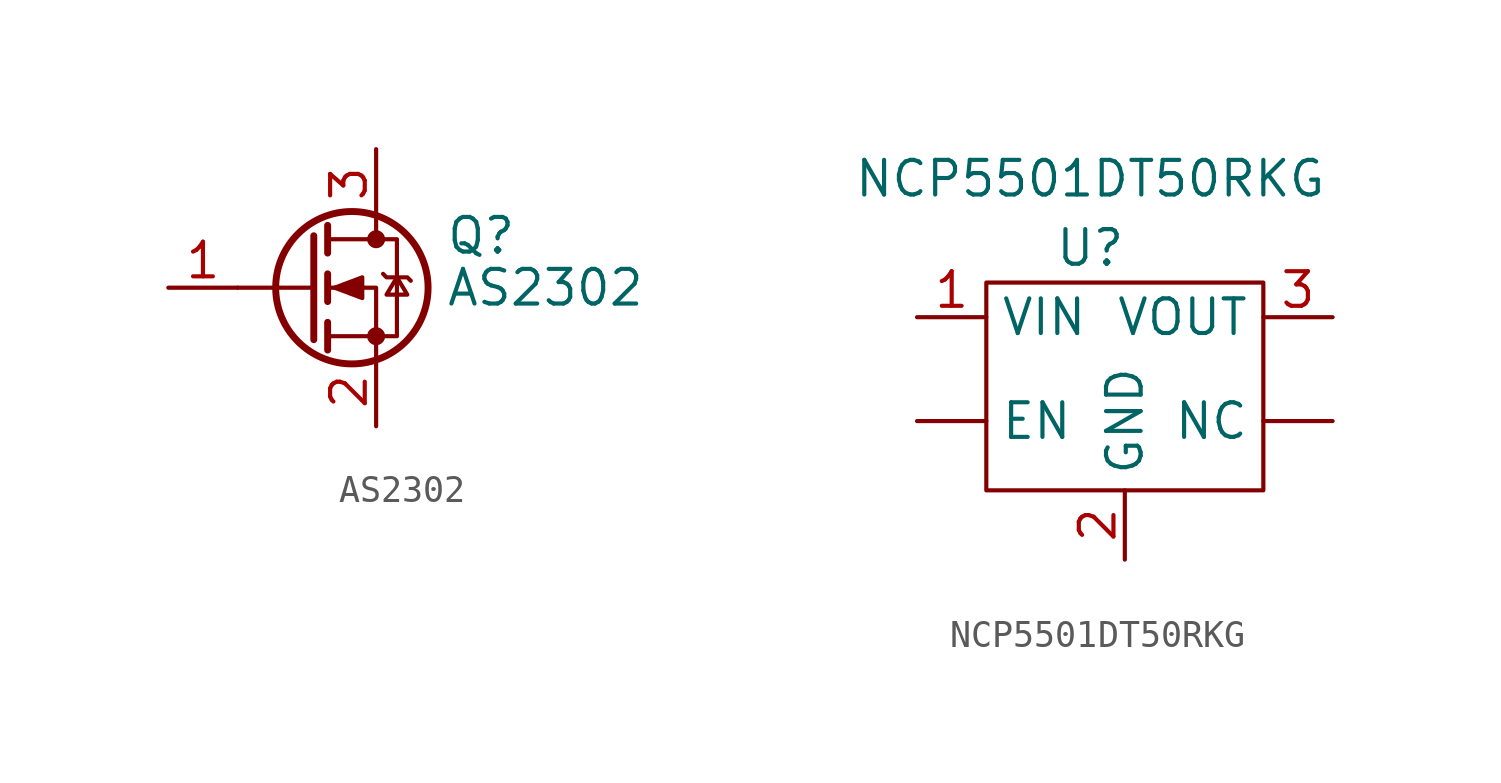
<source format=kicad_sym>
(kicad_symbol_lib
  (version 20211014)
  (generator kicad_symbol_editor)
  (symbol "AS2302"
    (pin_names hide)
    (property "Reference" "Q"
      (at 5.08 1.905 0)
      (effects (font (size 1.27 1.27)) (justify left)))
    (property "Value" "AS2302"
      (at 5.08 0 0)
      (effects (font (size 1.27 1.27)) (justify left)))
    (symbol "AS2302_0_1"
      (polyline (pts (xy 0.254 0) (xy -2.54 0)) (stroke (width 0) (type default) (color 0 0 0 0)) (fill (type none)))
      (polyline (pts (xy 0.254 1.905) (xy 0.254 -1.905)) (stroke (width 0.254) (type default) (color 0 0 0 0)) (fill (type none)))
      (polyline (pts (xy 0.762 -1.27) (xy 0.762 -2.286)) (stroke (width 0.254) (type default) (color 0 0 0 0)) (fill (type none)))
      (polyline (pts (xy 0.762 0.508) (xy 0.762 -0.508)) (stroke (width 0.254) (type default) (color 0 0 0 0)) (fill (type none)))
      (polyline (pts (xy 0.762 2.286) (xy 0.762 1.27)) (stroke (width 0.254) (type default) (color 0 0 0 0)) (fill (type none)))
      (polyline (pts (xy 2.54 2.54) (xy 2.54 1.778)) (stroke (width 0) (type default) (color 0 0 0 0)) (fill (type none)))
      (polyline (pts (xy 2.54 -2.54) (xy 2.54 0) (xy 0.762 0)) (stroke (width 0) (type default) (color 0 0 0 0)) (fill (type none)))
      (polyline (pts (xy 0.762 -1.778) (xy 3.302 -1.778) (xy 3.302 1.778) (xy 0.762 1.778)) (stroke (width 0) (type default) (color 0 0 0 0)) (fill (type none)))
      (polyline (pts (xy 1.016 0) (xy 2.032 0.381) (xy 2.032 -0.381) (xy 1.016 0)) (stroke (width 0) (type default) (color 0 0 0 0)) (fill (type outline)))
      (polyline (pts (xy 2.794 0.508) (xy 2.921 0.381) (xy 3.683 0.381) (xy 3.81 0.254)) (stroke (width 0) (type default) (color 0 0 0 0)) (fill (type none)))
      (polyline (pts (xy 3.302 0.381) (xy 2.921 -0.254) (xy 3.683 -0.254) (xy 3.302 0.381)) (stroke (width 0) (type default) (color 0 0 0 0)) (fill (type none)))
      (circle (center 1.651 0) (radius 2.794) (stroke (width 0.254) (type default) (color 0 0 0 0)) (fill (type none)))
      (circle (center 2.54 -1.778) (radius 0.254) (stroke (width 0) (type default) (color 0 0 0 0)) (fill (type outline)))
      (circle (center 2.54 1.778) (radius 0.254) (stroke (width 0) (type default) (color 0 0 0 0)) (fill (type outline))))
    (symbol "AS2302_1_1"
      (pin input line (at -5.08 0 0) (length 2.54) (name "G" (effects (font (size 1.27 1.27)))) (number "1" (effects (font (size 1.27 1.27)))))
      (pin passive line (at 2.54 -5.08 90) (length 2.54) (name "S" (effects (font (size 1.27 1.27)))) (number "2" (effects (font (size 1.27 1.27)))))
      (pin passive line (at 2.54 5.08 270) (length 2.54) (name "D" (effects (font (size 1.27 1.27)))) (number "3" (effects (font (size 1.27 1.27)))))))
  (symbol "NCP5501DT50RKG"
    (property "Reference" "U"
      (at 0 0 0)
      (effects (font (size 1.27 1.27))))
    (property "Value" "NCP5501DT50RKG"
      (at 0 2.54 0)
      (effects (font (size 1.27 1.27))))
    (symbol "NCP5501DT50RKG_0_1"
      (rectangle (start -3.81 -1.27) (end 6.35 -8.89) (stroke (width 0) (type default) (color 0 0 0 0)) (fill (type none))))
    (symbol "NCP5501DT50RKG_1_1"
      (pin passive line (at -6.35 -6.35 0) (length 2.54) (name "EN" (effects (font (size 1.27 1.27)))) (number "" (effects (font (size 1.27 1.27)))))
      (pin passive line (at 8.89 -6.35 180) (length 2.54) (name "NC" (effects (font (size 1.27 1.27)))) (number "" (effects (font (size 1.27 1.27)))))
      (pin passive line (at -6.35 -2.54 0) (length 2.54) (name "VIN" (effects (font (size 1.27 1.27)))) (number "1" (effects (font (size 1.27 1.27)))))
      (pin passive line (at 1.27 -11.43 90) (length 2.54) (name "GND" (effects (font (size 1.27 1.27)))) (number "2" (effects (font (size 1.27 1.27)))))
      (pin passive line (at 8.89 -2.54 180) (length 2.54) (name "VOUT" (effects (font (size 1.27 1.27)))) (number "3" (effects (font (size 1.27 1.27))))))))
</source>
